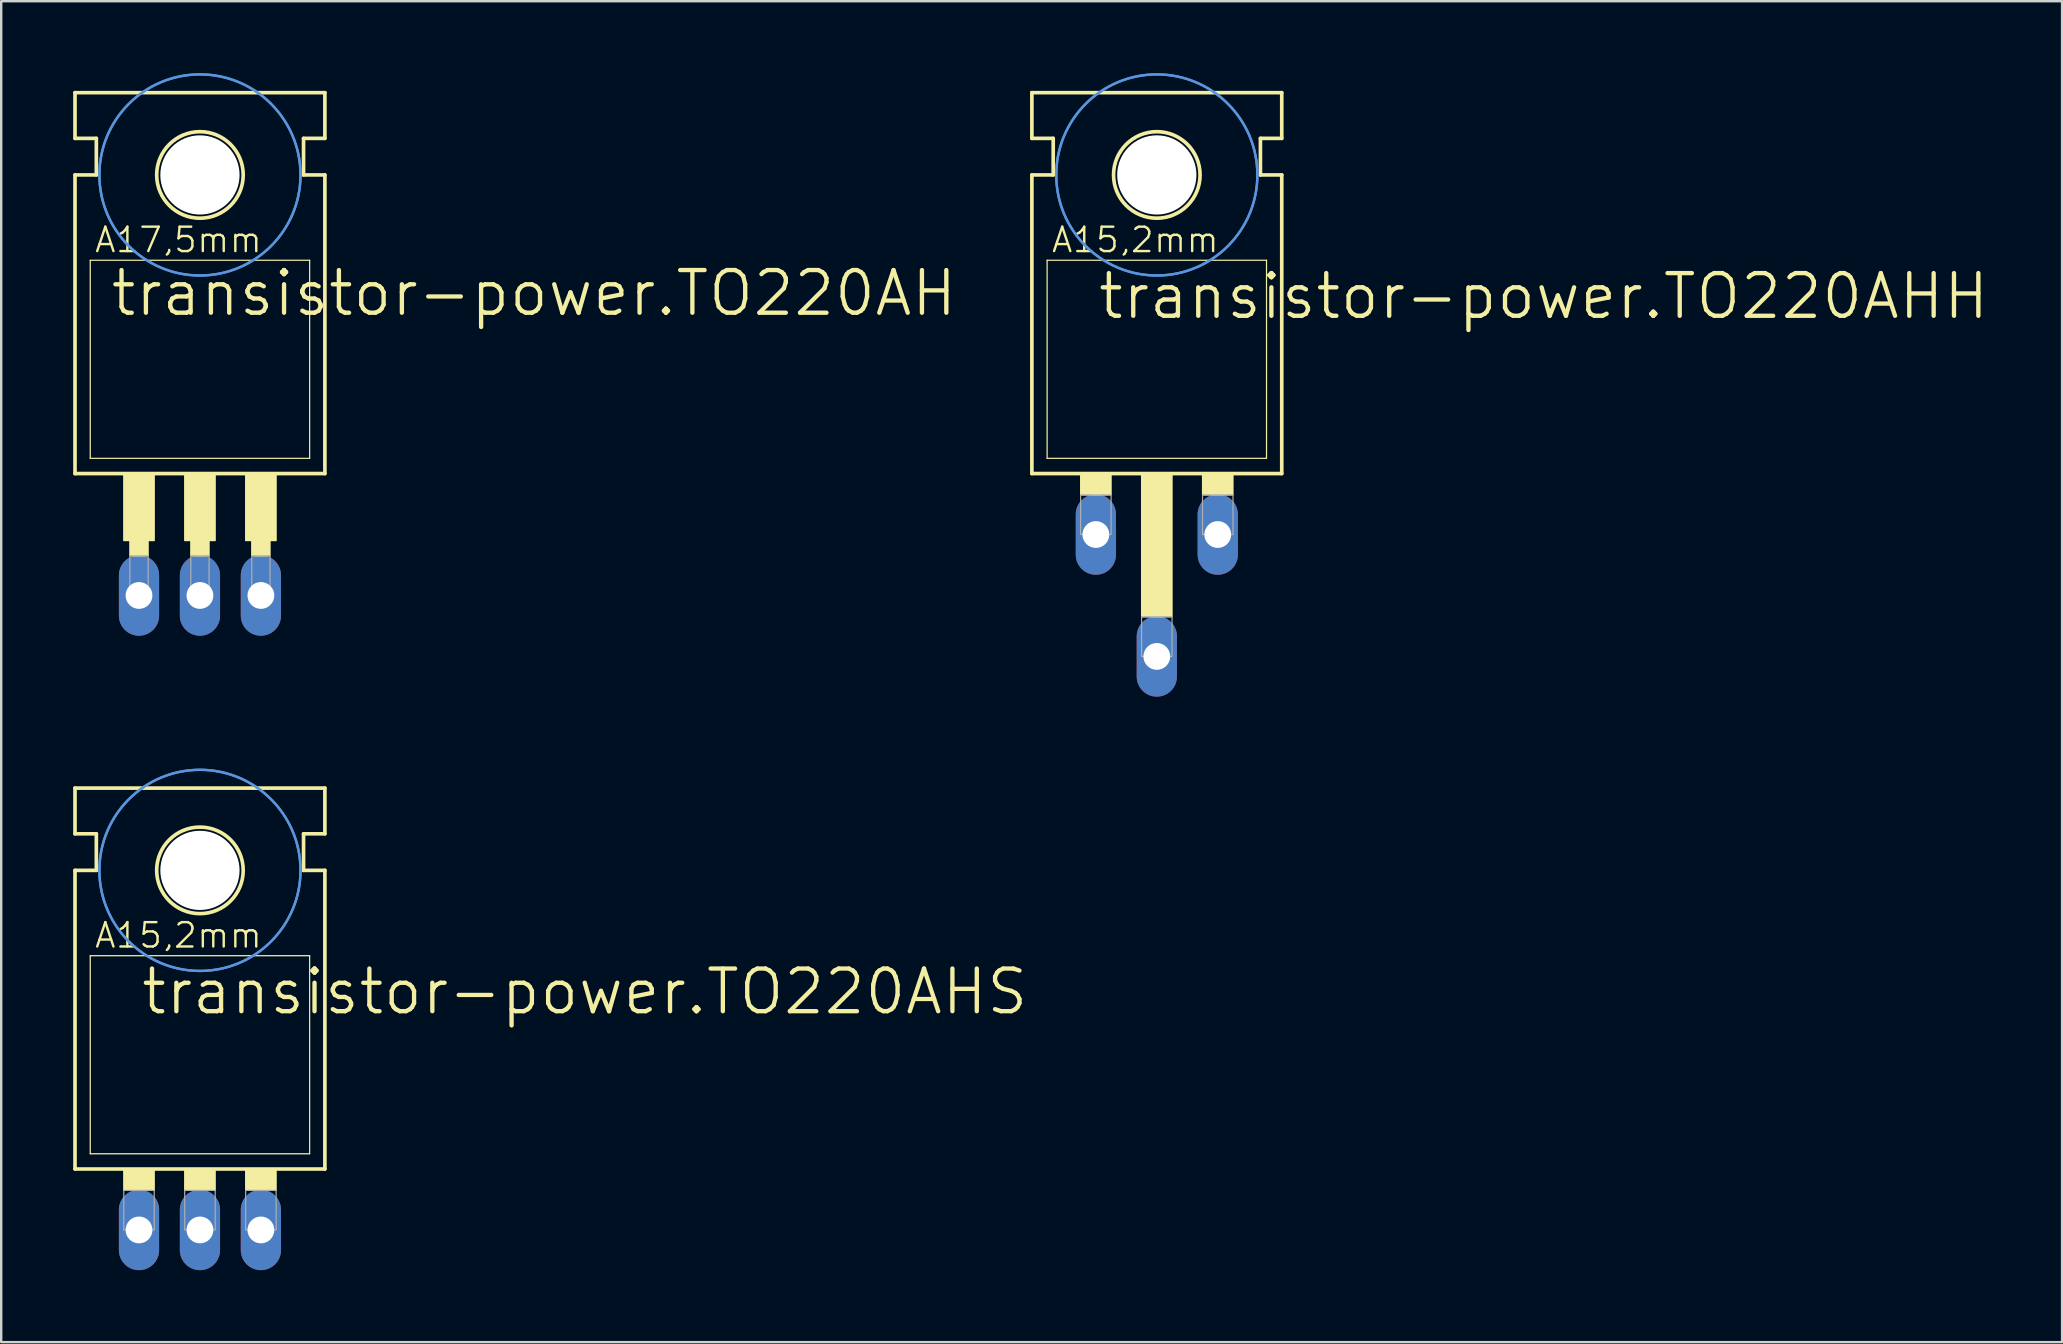
<source format=kicad_pcb>
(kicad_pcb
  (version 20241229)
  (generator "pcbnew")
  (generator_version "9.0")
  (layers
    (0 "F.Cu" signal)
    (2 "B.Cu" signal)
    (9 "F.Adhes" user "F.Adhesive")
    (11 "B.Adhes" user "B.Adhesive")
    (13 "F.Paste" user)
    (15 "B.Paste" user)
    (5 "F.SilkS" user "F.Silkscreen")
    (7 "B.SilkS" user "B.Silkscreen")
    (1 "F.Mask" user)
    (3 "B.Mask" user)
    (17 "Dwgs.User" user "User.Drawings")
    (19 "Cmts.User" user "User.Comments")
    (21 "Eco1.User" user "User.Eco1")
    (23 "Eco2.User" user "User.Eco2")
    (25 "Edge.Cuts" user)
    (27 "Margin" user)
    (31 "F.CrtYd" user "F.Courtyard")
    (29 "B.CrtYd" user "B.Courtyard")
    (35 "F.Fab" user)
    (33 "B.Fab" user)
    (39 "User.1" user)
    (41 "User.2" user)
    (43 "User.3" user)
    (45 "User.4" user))
  (footprint "transistor-power.TO220AHH"
    (layer "F.Cu")
    (at 45.162 15.417)
    (property "Reference" "transistor-power.TO220AHH" (at -2.54 -5.08 0) (layer "F.SilkS") (effects (font (size 1.778 1.778) (thickness 0.18)) (justify left bottom)))
    (attr through_hole)
    (fp_line (start -5.207 -12.7) (end -5.207 -14.605) (stroke (width 0.152) (type default)) (layer "F.SilkS"))
    (fp_line (start -5.207 -11.176) (end -4.318 -11.176) (stroke (width 0.152) (type default)) (layer "F.SilkS"))
    (fp_line (start -5.207 1.27) (end -5.207 -11.176) (stroke (width 0.152) (type default)) (layer "F.SilkS"))
    (fp_line (start -5.207 1.27) (end 5.207 1.27) (stroke (width 0.152) (type default)) (layer "F.SilkS"))
    (fp_line (start -4.572 0.635) (end -4.572 -7.62) (stroke (width 0.051) (type default)) (layer "F.SilkS"))
    (fp_line (start -4.572 0.635) (end 4.572 0.635) (stroke (width 0.051) (type default)) (layer "F.SilkS"))
    (fp_line (start -4.318 -12.7) (end -5.207 -12.7) (stroke (width 0.152) (type default)) (layer "F.SilkS"))
    (fp_line (start -4.318 -11.176) (end -4.318 -12.7) (stroke (width 0.152) (type default)) (layer "F.SilkS"))
    (fp_line (start 4.318 -12.7) (end 5.207 -12.7) (stroke (width 0.152) (type default)) (layer "F.SilkS"))
    (fp_line (start 4.318 -11.176) (end 4.318 -12.7) (stroke (width 0.152) (type default)) (layer "F.SilkS"))
    (fp_line (start 4.572 -7.62) (end -4.572 -7.62) (stroke (width 0.051) (type default)) (layer "F.SilkS"))
    (fp_line (start 4.572 -7.62) (end 4.572 0.635) (stroke (width 0.051) (type default)) (layer "F.SilkS"))
    (fp_line (start 5.207 -14.605) (end -5.207 -14.605) (stroke (width 0.152) (type default)) (layer "F.SilkS"))
    (fp_line (start 5.207 -12.7) (end 5.207 -14.605) (stroke (width 0.152) (type default)) (layer "F.SilkS"))
    (fp_line (start 5.207 -11.176) (end 4.318 -11.176) (stroke (width 0.152) (type default)) (layer "F.SilkS"))
    (fp_line (start 5.207 1.27) (end 5.207 -11.176) (stroke (width 0.152) (type default)) (layer "F.SilkS"))
    (fp_rect (start -3.175 2.159) (end -1.905 1.27) (stroke (width 0.05) (type default)) (fill yes) (layer "F.SilkS"))
    (fp_rect (start -0.635 7.239) (end 0.635 1.27) (stroke (width 0.05) (type default)) (fill yes) (layer "F.SilkS"))
    (fp_rect (start 1.905 2.159) (end 3.175 1.27) (stroke (width 0.05) (type default)) (fill yes) (layer "F.SilkS"))
    (fp_circle (center 0 -11.176) (end 1.803 -11.176) (stroke (width 0.152) (type default)) (fill no) (layer "F.SilkS"))
    (fp_circle (center 0 -11.176) (end 4.191 -11.176) (stroke (width 0.1) (type default)) (fill no) (layer "Cmts.User"))
    (fp_circle (center 0 -11.176) (end 4.191 -11.176) (stroke (width 0.1) (type default)) (fill no) (layer "Cmts.User"))
    (fp_rect (start -3.175 3.81) (end -1.905 2.159) (stroke (width 0.05) (type default)) (fill no) (layer "F.Fab"))
    (fp_rect (start -0.635 8.89) (end 0.635 7.239) (stroke (width 0.05) (type default)) (fill no) (layer "F.Fab"))
    (fp_rect (start 1.905 3.81) (end 3.175 2.159) (stroke (width 0.05) (type default)) (fill no) (layer "F.Fab"))
    (fp_text user "A15,2mm" (at -4.445 -7.874 0) (layer "F.SilkS") (effects (font (size 1.016 1.016) (thickness 0.1)) (justify left bottom)))
    (pad "" np_thru_hole circle (at 0 -11.176) (size 3.302 3.302) (drill 3.302) (layers "*.Cu" "*.Mask"))
    (pad "B" thru_hole oval (at -2.54 3.81 90) (size 3.353 1.676) (drill 1.118) (layers "*.Cu" "*.Mask"))
    (pad "C" thru_hole oval (at 0 8.89 90) (size 3.353 1.676) (drill 1.118) (layers "*.Cu" "*.Mask"))
    (pad "E" thru_hole oval (at 2.54 3.81 90) (size 3.353 1.676) (drill 1.118) (layers "*.Cu" "*.Mask")))
  (footprint "transistor-power.TO220AHS"
    (layer "F.Cu")
    (at 5.283 44.4)
    (property "Reference" "transistor-power.TO220AHS" (at -2.54 -5.08 0) (layer "F.SilkS") (effects (font (size 1.778 1.778) (thickness 0.18)) (justify left bottom)))
    (attr through_hole)
    (fp_line (start -5.207 -12.7) (end -5.207 -14.605) (stroke (width 0.152) (type default)) (layer "F.SilkS"))
    (fp_line (start -5.207 -11.176) (end -4.318 -11.176) (stroke (width 0.152) (type default)) (layer "F.SilkS"))
    (fp_line (start -5.207 1.27) (end -5.207 -11.176) (stroke (width 0.152) (type default)) (layer "F.SilkS"))
    (fp_line (start -5.207 1.27) (end 5.207 1.27) (stroke (width 0.152) (type default)) (layer "F.SilkS"))
    (fp_line (start -4.572 0.635) (end -4.572 -7.62) (stroke (width 0.051) (type default)) (layer "F.SilkS"))
    (fp_line (start -4.572 0.635) (end 4.572 0.635) (stroke (width 0.051) (type default)) (layer "F.SilkS"))
    (fp_line (start -4.318 -12.7) (end -5.207 -12.7) (stroke (width 0.152) (type default)) (layer "F.SilkS"))
    (fp_line (start -4.318 -11.176) (end -4.318 -12.7) (stroke (width 0.152) (type default)) (layer "F.SilkS"))
    (fp_line (start 4.318 -12.7) (end 5.207 -12.7) (stroke (width 0.152) (type default)) (layer "F.SilkS"))
    (fp_line (start 4.318 -11.176) (end 4.318 -12.7) (stroke (width 0.152) (type default)) (layer "F.SilkS"))
    (fp_line (start 4.572 -7.62) (end -4.572 -7.62) (stroke (width 0.051) (type default)) (layer "F.SilkS"))
    (fp_line (start 4.572 -7.62) (end 4.572 0.635) (stroke (width 0.051) (type default)) (layer "F.SilkS"))
    (fp_line (start 5.207 -14.605) (end -5.207 -14.605) (stroke (width 0.152) (type default)) (layer "F.SilkS"))
    (fp_line (start 5.207 -12.7) (end 5.207 -14.605) (stroke (width 0.152) (type default)) (layer "F.SilkS"))
    (fp_line (start 5.207 -11.176) (end 4.318 -11.176) (stroke (width 0.152) (type default)) (layer "F.SilkS"))
    (fp_line (start 5.207 1.27) (end 5.207 -11.176) (stroke (width 0.152) (type default)) (layer "F.SilkS"))
    (fp_rect (start -3.175 2.159) (end -1.905 1.27) (stroke (width 0.05) (type default)) (fill yes) (layer "F.SilkS"))
    (fp_rect (start -0.635 2.159) (end 0.635 1.27) (stroke (width 0.05) (type default)) (fill yes) (layer "F.SilkS"))
    (fp_rect (start 1.905 2.159) (end 3.175 1.27) (stroke (width 0.05) (type default)) (fill yes) (layer "F.SilkS"))
    (fp_circle (center 0 -11.176) (end 1.803 -11.176) (stroke (width 0.152) (type default)) (fill no) (layer "F.SilkS"))
    (fp_circle (center 0 -11.176) (end 4.191 -11.176) (stroke (width 0.1) (type default)) (fill no) (layer "Cmts.User"))
    (fp_circle (center 0 -11.176) (end 4.191 -11.176) (stroke (width 0.1) (type default)) (fill no) (layer "Cmts.User"))
    (fp_rect (start -3.175 3.81) (end -1.905 2.159) (stroke (width 0.05) (type default)) (fill no) (layer "F.Fab"))
    (fp_rect (start -0.635 3.81) (end 0.635 2.159) (stroke (width 0.05) (type default)) (fill no) (layer "F.Fab"))
    (fp_rect (start 1.905 3.81) (end 3.175 2.159) (stroke (width 0.05) (type default)) (fill no) (layer "F.Fab"))
    (fp_text user "A15,2mm" (at -4.445 -7.874 0) (layer "F.SilkS") (effects (font (size 1.016 1.016) (thickness 0.1)) (justify left bottom)))
    (pad "" np_thru_hole circle (at 0 -11.176) (size 3.302 3.302) (drill 3.302) (layers "*.Cu" "*.Mask"))
    (pad "B" thru_hole oval (at -2.54 3.81 90) (size 3.353 1.676) (drill 1.118) (layers "*.Cu" "*.Mask"))
    (pad "C" thru_hole oval (at 0 3.81 90) (size 3.353 1.676) (drill 1.118) (layers "*.Cu" "*.Mask"))
    (pad "E" thru_hole oval (at 2.54 3.81 90) (size 3.353 1.676) (drill 1.118) (layers "*.Cu" "*.Mask")))
  (footprint "transistor-power.TO220AH"
    (layer "F.Cu")
    (at 5.283 15.417)
    (property "Reference" "transistor-power.TO220AH" (at -3.81 -5.207 0) (layer "F.SilkS") (effects (font (size 1.778 1.778) (thickness 0.18)) (justify left bottom)))
    (attr through_hole)
    (fp_line (start -5.207 -12.7) (end -5.207 -14.605) (stroke (width 0.152) (type default)) (layer "F.SilkS"))
    (fp_line (start -5.207 -11.176) (end -4.318 -11.176) (stroke (width 0.152) (type default)) (layer "F.SilkS"))
    (fp_line (start -5.207 1.27) (end -5.207 -11.176) (stroke (width 0.152) (type default)) (layer "F.SilkS"))
    (fp_line (start -5.207 1.27) (end 5.207 1.27) (stroke (width 0.152) (type default)) (layer "F.SilkS"))
    (fp_line (start -4.572 0.635) (end -4.572 -7.62) (stroke (width 0.051) (type default)) (layer "F.SilkS"))
    (fp_line (start -4.572 0.635) (end 4.572 0.635) (stroke (width 0.051) (type default)) (layer "F.SilkS"))
    (fp_line (start -4.318 -12.7) (end -5.207 -12.7) (stroke (width 0.152) (type default)) (layer "F.SilkS"))
    (fp_line (start -4.318 -11.176) (end -4.318 -12.7) (stroke (width 0.152) (type default)) (layer "F.SilkS"))
    (fp_line (start 4.318 -12.7) (end 5.207 -12.7) (stroke (width 0.152) (type default)) (layer "F.SilkS"))
    (fp_line (start 4.318 -11.176) (end 4.318 -12.7) (stroke (width 0.152) (type default)) (layer "F.SilkS"))
    (fp_line (start 4.572 -7.62) (end -4.572 -7.62) (stroke (width 0.051) (type default)) (layer "F.SilkS"))
    (fp_line (start 4.572 -7.62) (end 4.572 0.635) (stroke (width 0.051) (type default)) (layer "F.SilkS"))
    (fp_line (start 5.207 -14.605) (end -5.207 -14.605) (stroke (width 0.152) (type default)) (layer "F.SilkS"))
    (fp_line (start 5.207 -12.7) (end 5.207 -14.605) (stroke (width 0.152) (type default)) (layer "F.SilkS"))
    (fp_line (start 5.207 -11.176) (end 4.318 -11.176) (stroke (width 0.152) (type default)) (layer "F.SilkS"))
    (fp_line (start 5.207 1.27) (end 5.207 -11.176) (stroke (width 0.152) (type default)) (layer "F.SilkS"))
    (fp_rect (start -3.175 4.064) (end -1.905 1.27) (stroke (width 0.05) (type default)) (fill yes) (layer "F.SilkS"))
    (fp_rect (start -2.921 4.699) (end -2.159 4.064) (stroke (width 0.05) (type default)) (fill yes) (layer "F.SilkS"))
    (fp_rect (start -0.635 4.064) (end 0.635 1.27) (stroke (width 0.05) (type default)) (fill yes) (layer "F.SilkS"))
    (fp_rect (start -0.381 4.699) (end 0.381 4.064) (stroke (width 0.05) (type default)) (fill yes) (layer "F.SilkS"))
    (fp_rect (start 1.905 4.064) (end 3.175 1.27) (stroke (width 0.05) (type default)) (fill yes) (layer "F.SilkS"))
    (fp_rect (start 2.159 4.699) (end 2.921 4.064) (stroke (width 0.05) (type default)) (fill yes) (layer "F.SilkS"))
    (fp_circle (center 0 -11.176) (end 1.803 -11.176) (stroke (width 0.152) (type default)) (fill no) (layer "F.SilkS"))
    (fp_circle (center 0 -11.176) (end 4.191 -11.176) (stroke (width 0.1) (type default)) (fill no) (layer "Cmts.User"))
    (fp_circle (center 0 -11.176) (end 4.191 -11.176) (stroke (width 0.1) (type default)) (fill no) (layer "Cmts.User"))
    (fp_rect (start -2.921 6.604) (end -2.159 4.699) (stroke (width 0.05) (type default)) (fill no) (layer "F.Fab"))
    (fp_rect (start -0.381 6.604) (end 0.381 4.699) (stroke (width 0.05) (type default)) (fill no) (layer "F.Fab"))
    (fp_rect (start 2.159 6.604) (end 2.921 4.699) (stroke (width 0.05) (type default)) (fill no) (layer "F.Fab"))
    (fp_text user "A17,5mm" (at -4.445 -7.874 0) (layer "F.SilkS") (effects (font (size 1.016 1.016) (thickness 0.1)) (justify left bottom)))
    (pad "" np_thru_hole circle (at 0 -11.176) (size 3.302 3.302) (drill 3.302) (layers "*.Cu" "*.Mask"))
    (pad "B" thru_hole oval (at -2.54 6.35 90) (size 3.353 1.676) (drill 1.118) (layers "*.Cu" "*.Mask"))
    (pad "C" thru_hole oval (at 0 6.35 90) (size 3.353 1.676) (drill 1.118) (layers "*.Cu" "*.Mask"))
    (pad "E" thru_hole oval (at 2.54 6.35 90) (size 3.353 1.676) (drill 1.118) (layers "*.Cu" "*.Mask")))
  (gr_rect
    (start -3 -3)
    (end 82.891 52.887)
    (stroke (width 0.1) (type default))
    (fill no)
    (layer "Edge.Cuts")))
</source>
